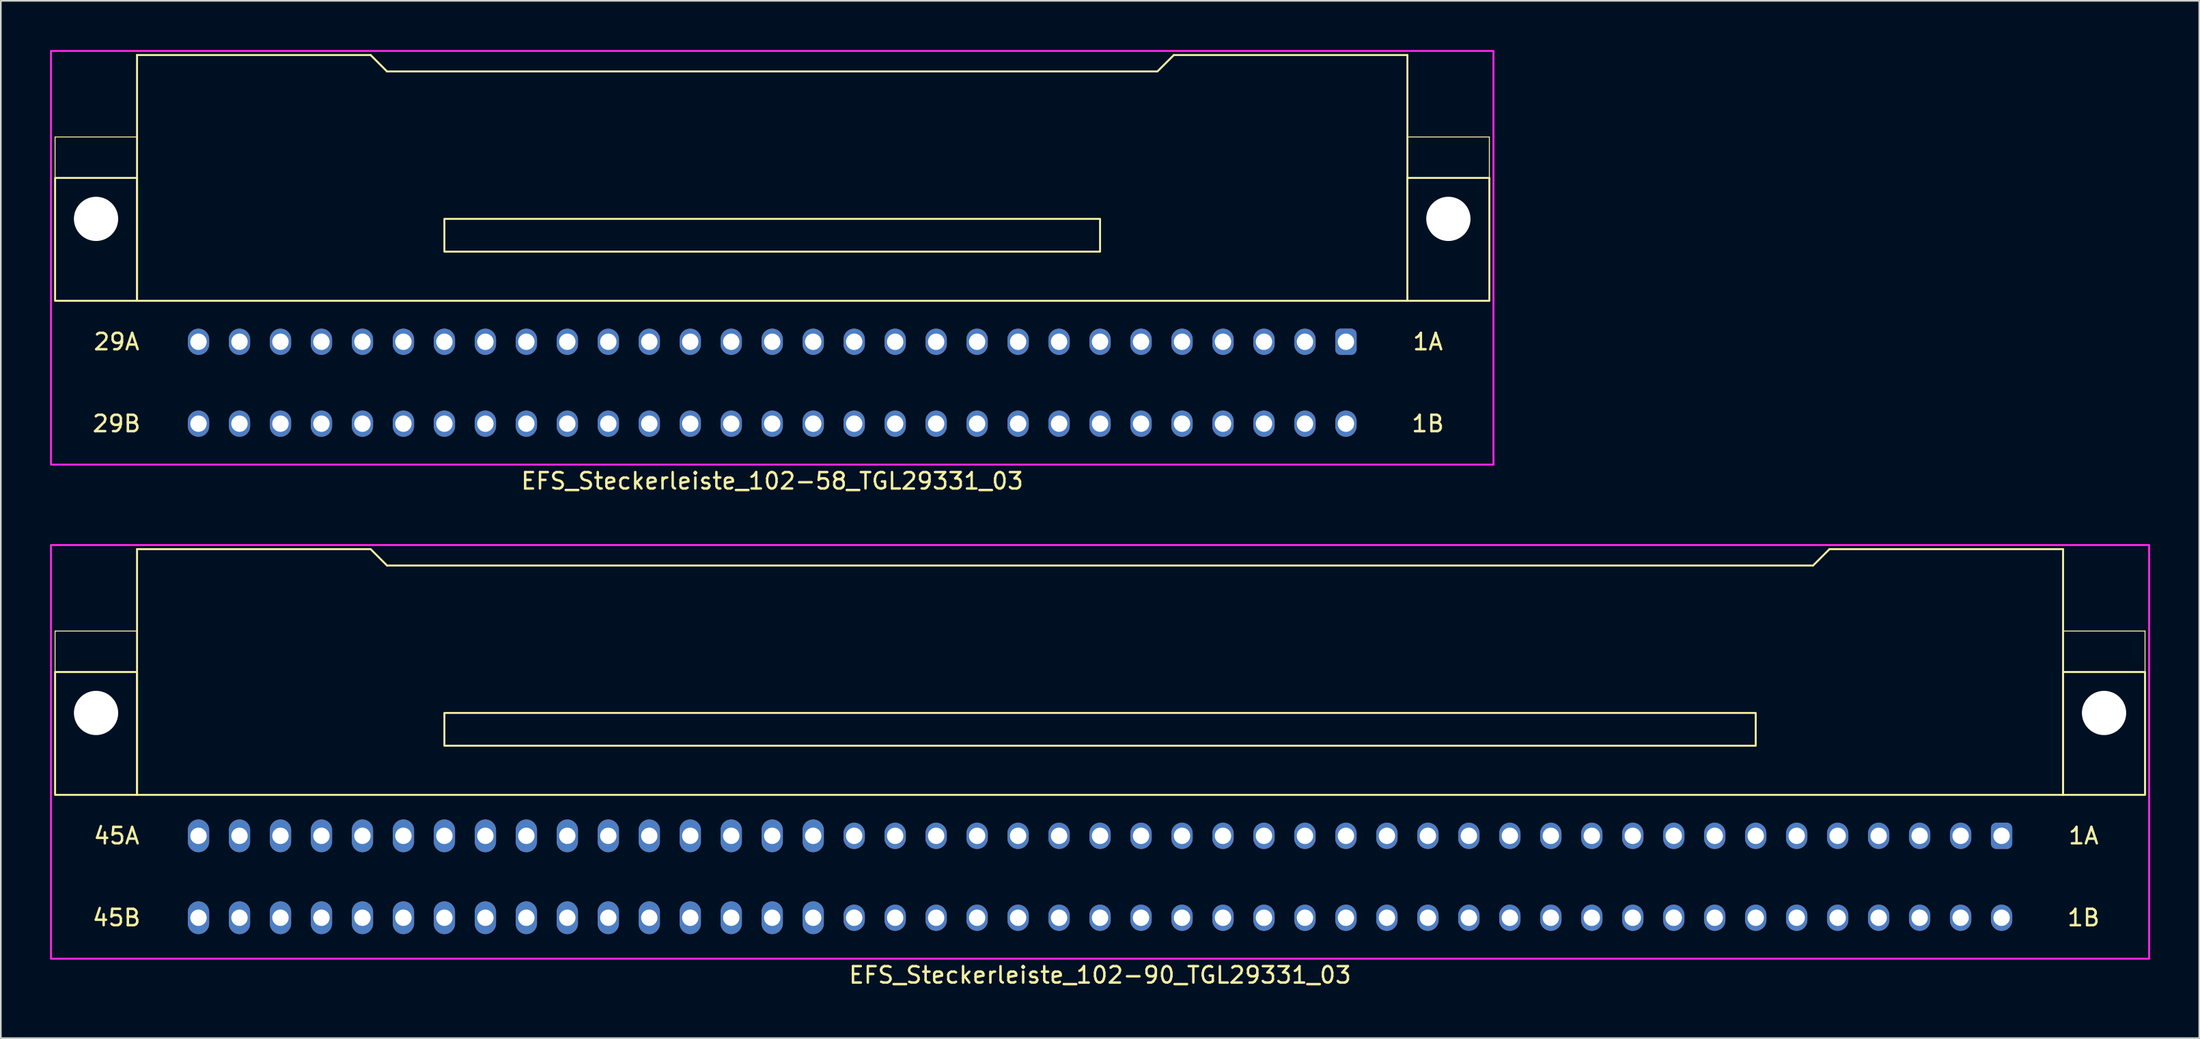
<source format=kicad_pcb>
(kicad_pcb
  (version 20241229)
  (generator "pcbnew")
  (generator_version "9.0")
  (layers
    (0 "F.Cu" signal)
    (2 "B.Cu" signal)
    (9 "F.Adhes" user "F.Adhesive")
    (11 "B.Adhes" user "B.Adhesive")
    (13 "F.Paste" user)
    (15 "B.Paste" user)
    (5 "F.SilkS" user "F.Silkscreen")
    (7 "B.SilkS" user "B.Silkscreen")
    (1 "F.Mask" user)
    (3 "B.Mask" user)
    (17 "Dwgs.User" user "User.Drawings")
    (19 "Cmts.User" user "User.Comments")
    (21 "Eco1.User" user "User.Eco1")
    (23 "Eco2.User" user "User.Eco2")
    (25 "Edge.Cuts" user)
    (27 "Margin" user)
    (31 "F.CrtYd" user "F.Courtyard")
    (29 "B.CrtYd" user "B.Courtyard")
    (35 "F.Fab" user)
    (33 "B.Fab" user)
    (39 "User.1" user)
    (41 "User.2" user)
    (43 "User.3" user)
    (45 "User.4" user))
  (footprint "EFS_Steckerleiste_102-90_TGL29331_03"
    (layer "F.Cu")
    (at 64.06 35.468)
    (property "Reference" "EFS_Steckerleiste_102-90_TGL29331_03" (at 0 21 180) (layer "F.SilkS") (effects (font (size 1 1) (thickness 0.15))))
    (attr through_hole)
    (fp_line (start -63.75 0) (end -63.75 2.5) (stroke (width 0.06) (type solid)) (layer "F.SilkS"))
    (fp_line (start -58.75 -5) (end -58.75 10) (stroke (width 0.12) (type solid)) (layer "F.SilkS"))
    (fp_line (start -58.75 -5) (end -44.5 -5) (stroke (width 0.12) (type solid)) (layer "F.SilkS"))
    (fp_line (start -58.75 0) (end -63.75 0) (stroke (width 0.06) (type solid)) (layer "F.SilkS"))
    (fp_line (start -58.75 10) (end 58.75 10) (stroke (width 0.12) (type solid)) (layer "F.SilkS"))
    (fp_line (start -44.5 -5) (end -43.5 -4) (stroke (width 0.12) (type solid)) (layer "F.SilkS"))
    (fp_line (start -43.5 -4) (end 43.5 -4) (stroke (width 0.12) (type solid)) (layer "F.SilkS"))
    (fp_line (start 44.5 -5) (end 43.5 -4) (stroke (width 0.12) (type solid)) (layer "F.SilkS"))
    (fp_line (start 58.75 -5) (end 44.5 -5) (stroke (width 0.12) (type solid)) (layer "F.SilkS"))
    (fp_line (start 58.75 10) (end 58.75 -5) (stroke (width 0.12) (type solid)) (layer "F.SilkS"))
    (fp_line (start 63.75 0) (end 58.75 0) (stroke (width 0.06) (type solid)) (layer "F.SilkS"))
    (fp_line (start 63.75 0) (end 63.75 2.5) (stroke (width 0.06) (type solid)) (layer "F.SilkS"))
    (fp_rect (start -58.75 10) (end -63.75 2.5) (stroke (width 0.12) (type solid)) (fill no) (layer "F.SilkS"))
    (fp_rect (start -40 7) (end 40 5) (stroke (width 0.12) (type solid)) (fill no) (layer "F.SilkS"))
    (fp_rect (start 63.75 10) (end 58.75 2.5) (stroke (width 0.12) (type solid)) (fill no) (layer "F.SilkS"))
    (fp_rect (start -64 -5.25) (end 64 20) (stroke (width 0.12) (type solid)) (fill no) (layer "F.CrtYd"))
    (fp_text user "1A" (at 60 12.5 0) (layer "F.SilkS") (effects (font (size 1 1) (thickness 0.15))))
    (fp_text user "1B" (at 60 17.5 0) (layer "F.SilkS") (effects (font (size 1 1) (thickness 0.15))))
    (fp_text user "45A" (at -60 12.5 0) (layer "F.SilkS") (effects (font (size 1 1) (thickness 0.15))))
    (fp_text user "45B" (at -60 17.5 0) (layer "F.SilkS") (effects (font (size 1 1) (thickness 0.15))))
    (pad "" np_thru_hole circle (at -61.25 5) (size 2.7 2.7) (drill 2.7) (layers "*.Cu" "*.Mask"))
    (pad "" np_thru_hole circle (at 61.25 5) (size 2.7 2.7) (drill 2.7) (layers "*.Cu" "*.Mask"))
    (pad "1a" thru_hole roundrect (at 55 12.5) (size 1.3 1.6) (drill 1) (layers "*.Cu" "*.Mask") (roundrect_rratio 0.25))
    (pad "1b" thru_hole oval (at 55 17.5) (size 1.3 1.6) (drill 1) (layers "*.Cu" "*.Mask"))
    (pad "2a" thru_hole oval (at 52.5 12.5) (size 1.3 1.6) (drill 1) (layers "*.Cu" "*.Mask"))
    (pad "2b" thru_hole oval (at 52.5 17.5) (size 1.3 1.6) (drill 1) (layers "*.Cu" "*.Mask"))
    (pad "3a" thru_hole oval (at 50 12.5) (size 1.3 1.6) (drill 1) (layers "*.Cu" "*.Mask"))
    (pad "3b" thru_hole oval (at 50 17.5) (size 1.3 1.6) (drill 1) (layers "*.Cu" "*.Mask"))
    (pad "4a" thru_hole oval (at 47.5 12.5) (size 1.3 1.6) (drill 1) (layers "*.Cu" "*.Mask"))
    (pad "4b" thru_hole oval (at 47.5 17.5) (size 1.3 1.6) (drill 1) (layers "*.Cu" "*.Mask"))
    (pad "5a" thru_hole oval (at 45 12.5) (size 1.3 1.6) (drill 1) (layers "*.Cu" "*.Mask"))
    (pad "5b" thru_hole oval (at 45 17.5) (size 1.3 1.6) (drill 1) (layers "*.Cu" "*.Mask"))
    (pad "6a" thru_hole oval (at 42.5 12.5) (size 1.3 1.6) (drill 1) (layers "*.Cu" "*.Mask"))
    (pad "6b" thru_hole oval (at 42.5 17.5) (size 1.3 1.6) (drill 1) (layers "*.Cu" "*.Mask"))
    (pad "7a" thru_hole oval (at 40 12.5) (size 1.3 1.6) (drill 1) (layers "*.Cu" "*.Mask"))
    (pad "7b" thru_hole oval (at 40 17.5) (size 1.3 1.6) (drill 1) (layers "*.Cu" "*.Mask"))
    (pad "8a" thru_hole oval (at 37.5 12.5) (size 1.3 1.6) (drill 1) (layers "*.Cu" "*.Mask"))
    (pad "8b" thru_hole oval (at 37.5 17.5) (size 1.3 1.6) (drill 1) (layers "*.Cu" "*.Mask"))
    (pad "9a" thru_hole oval (at 35 12.5) (size 1.3 1.6) (drill 1) (layers "*.Cu" "*.Mask"))
    (pad "9b" thru_hole oval (at 35 17.5) (size 1.3 1.6) (drill 1) (layers "*.Cu" "*.Mask"))
    (pad "10a" thru_hole oval (at 32.5 12.5) (size 1.3 1.6) (drill 1) (layers "*.Cu" "*.Mask"))
    (pad "10b" thru_hole oval (at 32.5 17.5) (size 1.3 1.6) (drill 1) (layers "*.Cu" "*.Mask"))
    (pad "11a" thru_hole oval (at 30 12.5) (size 1.3 1.6) (drill 1) (layers "*.Cu" "*.Mask"))
    (pad "11b" thru_hole oval (at 30 17.5) (size 1.3 1.6) (drill 1) (layers "*.Cu" "*.Mask"))
    (pad "12a" thru_hole oval (at 27.5 12.5) (size 1.3 1.6) (drill 1) (layers "*.Cu" "*.Mask"))
    (pad "12b" thru_hole oval (at 27.5 17.5) (size 1.3 1.6) (drill 1) (layers "*.Cu" "*.Mask"))
    (pad "13a" thru_hole oval (at 25 12.5) (size 1.3 1.6) (drill 1) (layers "*.Cu" "*.Mask"))
    (pad "13b" thru_hole oval (at 25 17.5) (size 1.3 1.6) (drill 1) (layers "*.Cu" "*.Mask"))
    (pad "14a" thru_hole oval (at 22.5 12.5) (size 1.3 1.6) (drill 1) (layers "*.Cu" "*.Mask"))
    (pad "14b" thru_hole oval (at 22.5 17.5) (size 1.3 1.6) (drill 1) (layers "*.Cu" "*.Mask"))
    (pad "15a" thru_hole oval (at 20 12.5) (size 1.3 1.6) (drill 1) (layers "*.Cu" "*.Mask"))
    (pad "15b" thru_hole oval (at 20 17.5) (size 1.3 1.6) (drill 1) (layers "*.Cu" "*.Mask"))
    (pad "16a" thru_hole oval (at 17.5 12.5) (size 1.3 1.6) (drill 1) (layers "*.Cu" "*.Mask"))
    (pad "16b" thru_hole oval (at 17.5 17.5) (size 1.3 1.6) (drill 1) (layers "*.Cu" "*.Mask"))
    (pad "17a" thru_hole oval (at 15 12.5) (size 1.3 1.6) (drill 1) (layers "*.Cu" "*.Mask"))
    (pad "17b" thru_hole oval (at 15 17.5) (size 1.3 1.6) (drill 1) (layers "*.Cu" "*.Mask"))
    (pad "18a" thru_hole oval (at 12.5 12.5) (size 1.3 1.6) (drill 1) (layers "*.Cu" "*.Mask"))
    (pad "18b" thru_hole oval (at 12.5 17.5) (size 1.3 1.6) (drill 1) (layers "*.Cu" "*.Mask"))
    (pad "19a" thru_hole oval (at 10 12.5) (size 1.3 1.6) (drill 1) (layers "*.Cu" "*.Mask"))
    (pad "19b" thru_hole oval (at 10 17.5) (size 1.3 1.6) (drill 1) (layers "*.Cu" "*.Mask"))
    (pad "20a" thru_hole oval (at 7.5 12.5) (size 1.3 1.6) (drill 1) (layers "*.Cu" "*.Mask"))
    (pad "20b" thru_hole oval (at 7.5 17.5) (size 1.3 1.6) (drill 1) (layers "*.Cu" "*.Mask"))
    (pad "21a" thru_hole oval (at 5 12.5) (size 1.3 1.6) (drill 1) (layers "*.Cu" "*.Mask"))
    (pad "21b" thru_hole oval (at 5 17.5) (size 1.3 1.6) (drill 1) (layers "*.Cu" "*.Mask"))
    (pad "22a" thru_hole oval (at 2.5 12.5) (size 1.3 1.6) (drill 1) (layers "*.Cu" "*.Mask"))
    (pad "22b" thru_hole oval (at 2.5 17.5) (size 1.3 1.6) (drill 1) (layers "*.Cu" "*.Mask"))
    (pad "23a" thru_hole oval (at 0 12.5) (size 1.3 1.6) (drill 1) (layers "*.Cu" "*.Mask"))
    (pad "23b" thru_hole oval (at 0 17.5) (size 1.3 1.6) (drill 1) (layers "*.Cu" "*.Mask"))
    (pad "24a" thru_hole oval (at -2.5 12.5) (size 1.3 1.6) (drill 1) (layers "*.Cu" "*.Mask"))
    (pad "24b" thru_hole oval (at -2.5 17.5) (size 1.3 1.6) (drill 1) (layers "*.Cu" "*.Mask"))
    (pad "25a" thru_hole oval (at -5 12.5) (size 1.3 1.6) (drill 1) (layers "*.Cu" "*.Mask"))
    (pad "25b" thru_hole oval (at -5 17.5) (size 1.3 1.6) (drill 1) (layers "*.Cu" "*.Mask"))
    (pad "26a" thru_hole oval (at -7.5 12.5) (size 1.3 1.6) (drill 1) (layers "*.Cu" "*.Mask"))
    (pad "26b" thru_hole oval (at -7.5 17.5) (size 1.3 1.6) (drill 1) (layers "*.Cu" "*.Mask"))
    (pad "27a" thru_hole oval (at -10 12.5) (size 1.3 1.6) (drill 1) (layers "*.Cu" "*.Mask"))
    (pad "27b" thru_hole oval (at -10 17.5) (size 1.3 1.6) (drill 1) (layers "*.Cu" "*.Mask"))
    (pad "28a" thru_hole oval (at -12.5 12.5) (size 1.3 1.6) (drill 1) (layers "*.Cu" "*.Mask"))
    (pad "28b" thru_hole oval (at -12.5 17.5) (size 1.3 1.6) (drill 1) (layers "*.Cu" "*.Mask"))
    (pad "29a" thru_hole oval (at -15 12.5) (size 1.3 1.6) (drill 1) (layers "*.Cu" "*.Mask"))
    (pad "29b" thru_hole oval (at -15 17.5) (size 1.3 1.6) (drill 1) (layers "*.Cu" "*.Mask"))
    (pad "30a" thru_hole oval (at -17.5 12.5) (size 1.3 2) (drill 1) (layers "*.Cu" "*.Mask"))
    (pad "30b" thru_hole oval (at -17.5 17.5) (size 1.3 2) (drill 1) (layers "*.Cu" "*.Mask"))
    (pad "31a" thru_hole oval (at -20 12.5) (size 1.3 2) (drill 1) (layers "*.Cu" "*.Mask"))
    (pad "31b" thru_hole oval (at -20 17.5) (size 1.3 2) (drill 1) (layers "*.Cu" "*.Mask"))
    (pad "32a" thru_hole oval (at -22.5 12.5) (size 1.3 2) (drill 1) (layers "*.Cu" "*.Mask"))
    (pad "32b" thru_hole oval (at -22.5 17.5) (size 1.3 2) (drill 1) (layers "*.Cu" "*.Mask"))
    (pad "33a" thru_hole oval (at -25 12.5) (size 1.3 2) (drill 1) (layers "*.Cu" "*.Mask"))
    (pad "33b" thru_hole oval (at -25 17.5) (size 1.3 2) (drill 1) (layers "*.Cu" "*.Mask"))
    (pad "34a" thru_hole oval (at -27.5 12.5) (size 1.3 2) (drill 1) (layers "*.Cu" "*.Mask"))
    (pad "34b" thru_hole oval (at -27.5 17.5) (size 1.3 2) (drill 1) (layers "*.Cu" "*.Mask"))
    (pad "35a" thru_hole oval (at -30 12.5) (size 1.3 2) (drill 1) (layers "*.Cu" "*.Mask"))
    (pad "35b" thru_hole oval (at -30 17.5) (size 1.3 2) (drill 1) (layers "*.Cu" "*.Mask"))
    (pad "36a" thru_hole oval (at -32.5 12.5) (size 1.3 2) (drill 1) (layers "*.Cu" "*.Mask"))
    (pad "36b" thru_hole oval (at -32.5 17.5) (size 1.3 2) (drill 1) (layers "*.Cu" "*.Mask"))
    (pad "37a" thru_hole oval (at -35 12.5) (size 1.3 2) (drill 1) (layers "*.Cu" "*.Mask"))
    (pad "37b" thru_hole oval (at -35 17.5) (size 1.3 2) (drill 1) (layers "*.Cu" "*.Mask"))
    (pad "38a" thru_hole oval (at -37.5 12.5) (size 1.3 2) (drill 1) (layers "*.Cu" "*.Mask"))
    (pad "38b" thru_hole oval (at -37.5 17.5) (size 1.3 2) (drill 1) (layers "*.Cu" "*.Mask"))
    (pad "39a" thru_hole oval (at -40 12.5) (size 1.3 2) (drill 1) (layers "*.Cu" "*.Mask"))
    (pad "39b" thru_hole oval (at -40 17.5) (size 1.3 2) (drill 1) (layers "*.Cu" "*.Mask"))
    (pad "40a" thru_hole oval (at -42.5 12.5) (size 1.3 2) (drill 1) (layers "*.Cu" "*.Mask"))
    (pad "40b" thru_hole oval (at -42.5 17.5) (size 1.3 2) (drill 1) (layers "*.Cu" "*.Mask"))
    (pad "41a" thru_hole oval (at -45 12.5) (size 1.3 2) (drill 1) (layers "*.Cu" "*.Mask"))
    (pad "41b" thru_hole oval (at -45 17.5) (size 1.3 2) (drill 1) (layers "*.Cu" "*.Mask"))
    (pad "42a" thru_hole oval (at -47.5 12.5) (size 1.3 2) (drill 1) (layers "*.Cu" "*.Mask"))
    (pad "42b" thru_hole oval (at -47.5 17.5) (size 1.3 2) (drill 1) (layers "*.Cu" "*.Mask"))
    (pad "43a" thru_hole oval (at -50 12.5) (size 1.3 2) (drill 1) (layers "*.Cu" "*.Mask"))
    (pad "43b" thru_hole oval (at -50 17.5) (size 1.3 2) (drill 1) (layers "*.Cu" "*.Mask"))
    (pad "44a" thru_hole oval (at -52.5 12.5) (size 1.3 2) (drill 1) (layers "*.Cu" "*.Mask"))
    (pad "44b" thru_hole oval (at -52.5 17.5) (size 1.3 2) (drill 1) (layers "*.Cu" "*.Mask"))
    (pad "45a" thru_hole oval (at -55 12.5) (size 1.3 2) (drill 1) (layers "*.Cu" "*.Mask"))
    (pad "45b" thru_hole oval (at -55 17.5) (size 1.3 2) (drill 1) (layers "*.Cu" "*.Mask")))
  (footprint "EFS_Steckerleiste_102-58_TGL29331_03"
    (layer "F.Cu")
    (at 44.06 5.31)
    (property "Reference" "EFS_Steckerleiste_102-58_TGL29331_03" (at 0 21 180) (layer "F.SilkS") (effects (font (size 1 1) (thickness 0.15))))
    (attr through_hole)
    (fp_line (start -43.75 0) (end -43.75 2.5) (stroke (width 0.06) (type solid)) (layer "F.SilkS"))
    (fp_line (start -38.75 -5) (end -38.75 10) (stroke (width 0.12) (type solid)) (layer "F.SilkS"))
    (fp_line (start -38.75 -5) (end -24.5 -5) (stroke (width 0.12) (type solid)) (layer "F.SilkS"))
    (fp_line (start -38.75 0) (end -43.75 0) (stroke (width 0.06) (type solid)) (layer "F.SilkS"))
    (fp_line (start -38.75 10) (end 38.75 10) (stroke (width 0.12) (type solid)) (layer "F.SilkS"))
    (fp_line (start -24.5 -5) (end -23.5 -4) (stroke (width 0.12) (type solid)) (layer "F.SilkS"))
    (fp_line (start -23.5 -4) (end 23.5 -4) (stroke (width 0.12) (type solid)) (layer "F.SilkS"))
    (fp_line (start 24.5 -5) (end 23.5 -4) (stroke (width 0.12) (type solid)) (layer "F.SilkS"))
    (fp_line (start 38.75 -5) (end 24.5 -5) (stroke (width 0.12) (type solid)) (layer "F.SilkS"))
    (fp_line (start 38.75 10) (end 38.75 -5) (stroke (width 0.12) (type solid)) (layer "F.SilkS"))
    (fp_line (start 43.75 0) (end 38.75 0) (stroke (width 0.06) (type solid)) (layer "F.SilkS"))
    (fp_line (start 43.75 0) (end 43.75 2.5) (stroke (width 0.06) (type solid)) (layer "F.SilkS"))
    (fp_rect (start -38.75 10) (end -43.75 2.5) (stroke (width 0.12) (type solid)) (fill no) (layer "F.SilkS"))
    (fp_rect (start -20 7) (end 20 5) (stroke (width 0.12) (type solid)) (fill no) (layer "F.SilkS"))
    (fp_rect (start 43.75 10) (end 38.75 2.5) (stroke (width 0.12) (type solid)) (fill no) (layer "F.SilkS"))
    (fp_rect (start -44 -5.25) (end 44 20) (stroke (width 0.12) (type solid)) (fill no) (layer "F.CrtYd"))
    (fp_text user "29A" (at -40 12.5 0) (layer "F.SilkS") (effects (font (size 1 1) (thickness 0.15))))
    (fp_text user "1A" (at 40 12.5 0) (layer "F.SilkS") (effects (font (size 1 1) (thickness 0.15))))
    (fp_text user "1B" (at 40 17.5 0) (layer "F.SilkS") (effects (font (size 1 1) (thickness 0.15))))
    (fp_text user "29B" (at -40 17.5 0) (layer "F.SilkS") (effects (font (size 1 1) (thickness 0.15))))
    (pad "" np_thru_hole circle (at -41.25 5) (size 2.7 2.7) (drill 2.7) (layers "*.Cu" "*.Mask"))
    (pad "" np_thru_hole circle (at 41.25 5) (size 2.7 2.7) (drill 2.7) (layers "*.Cu" "*.Mask"))
    (pad "1a" thru_hole roundrect (at 35 12.5) (size 1.3 1.6) (drill 1) (layers "*.Cu" "*.Mask") (roundrect_rratio 0.25))
    (pad "1b" thru_hole oval (at 35 17.5) (size 1.3 1.6) (drill 1) (layers "*.Cu" "*.Mask"))
    (pad "2a" thru_hole oval (at 32.5 12.5) (size 1.3 1.6) (drill 1) (layers "*.Cu" "*.Mask"))
    (pad "2b" thru_hole oval (at 32.5 17.5) (size 1.3 1.6) (drill 1) (layers "*.Cu" "*.Mask"))
    (pad "3a" thru_hole oval (at 30 12.5) (size 1.3 1.6) (drill 1) (layers "*.Cu" "*.Mask"))
    (pad "3b" thru_hole oval (at 30 17.5) (size 1.3 1.6) (drill 1) (layers "*.Cu" "*.Mask"))
    (pad "4a" thru_hole oval (at 27.5 12.5) (size 1.3 1.6) (drill 1) (layers "*.Cu" "*.Mask"))
    (pad "4b" thru_hole oval (at 27.5 17.5) (size 1.3 1.6) (drill 1) (layers "*.Cu" "*.Mask"))
    (pad "5a" thru_hole oval (at 25 12.5) (size 1.3 1.6) (drill 1) (layers "*.Cu" "*.Mask"))
    (pad "5b" thru_hole oval (at 25 17.5) (size 1.3 1.6) (drill 1) (layers "*.Cu" "*.Mask"))
    (pad "6a" thru_hole oval (at 22.5 12.5) (size 1.3 1.6) (drill 1) (layers "*.Cu" "*.Mask"))
    (pad "6b" thru_hole oval (at 22.5 17.5) (size 1.3 1.6) (drill 1) (layers "*.Cu" "*.Mask"))
    (pad "7a" thru_hole oval (at 20 12.5) (size 1.3 1.6) (drill 1) (layers "*.Cu" "*.Mask"))
    (pad "7b" thru_hole oval (at 20 17.5) (size 1.3 1.6) (drill 1) (layers "*.Cu" "*.Mask"))
    (pad "8a" thru_hole oval (at 17.5 12.5) (size 1.3 1.6) (drill 1) (layers "*.Cu" "*.Mask"))
    (pad "8b" thru_hole oval (at 17.5 17.5) (size 1.3 1.6) (drill 1) (layers "*.Cu" "*.Mask"))
    (pad "9a" thru_hole oval (at 15 12.5) (size 1.3 1.6) (drill 1) (layers "*.Cu" "*.Mask"))
    (pad "9b" thru_hole oval (at 15 17.5) (size 1.3 1.6) (drill 1) (layers "*.Cu" "*.Mask"))
    (pad "10a" thru_hole oval (at 12.5 12.5) (size 1.3 1.6) (drill 1) (layers "*.Cu" "*.Mask"))
    (pad "10b" thru_hole oval (at 12.5 17.5) (size 1.3 1.6) (drill 1) (layers "*.Cu" "*.Mask"))
    (pad "11a" thru_hole oval (at 10 12.5) (size 1.3 1.6) (drill 1) (layers "*.Cu" "*.Mask"))
    (pad "11b" thru_hole oval (at 10 17.5) (size 1.3 1.6) (drill 1) (layers "*.Cu" "*.Mask"))
    (pad "12a" thru_hole oval (at 7.5 12.5) (size 1.3 1.6) (drill 1) (layers "*.Cu" "*.Mask"))
    (pad "12b" thru_hole oval (at 7.5 17.5) (size 1.3 1.6) (drill 1) (layers "*.Cu" "*.Mask"))
    (pad "13a" thru_hole oval (at 5 12.5) (size 1.3 1.6) (drill 1) (layers "*.Cu" "*.Mask"))
    (pad "13b" thru_hole oval (at 5 17.5) (size 1.3 1.6) (drill 1) (layers "*.Cu" "*.Mask"))
    (pad "14a" thru_hole oval (at 2.5 12.5) (size 1.3 1.6) (drill 1) (layers "*.Cu" "*.Mask"))
    (pad "14b" thru_hole oval (at 2.5 17.5) (size 1.3 1.6) (drill 1) (layers "*.Cu" "*.Mask"))
    (pad "15a" thru_hole oval (at 0 12.5) (size 1.3 1.6) (drill 1) (layers "*.Cu" "*.Mask"))
    (pad "15b" thru_hole oval (at 0 17.5) (size 1.3 1.6) (drill 1) (layers "*.Cu" "*.Mask"))
    (pad "16a" thru_hole oval (at -2.5 12.5) (size 1.3 1.6) (drill 1) (layers "*.Cu" "*.Mask"))
    (pad "16b" thru_hole oval (at -2.5 17.5) (size 1.3 1.6) (drill 1) (layers "*.Cu" "*.Mask"))
    (pad "17a" thru_hole oval (at -5 12.5) (size 1.3 1.6) (drill 1) (layers "*.Cu" "*.Mask"))
    (pad "17b" thru_hole oval (at -5 17.5) (size 1.3 1.6) (drill 1) (layers "*.Cu" "*.Mask"))
    (pad "18a" thru_hole oval (at -7.5 12.5) (size 1.3 1.6) (drill 1) (layers "*.Cu" "*.Mask"))
    (pad "18b" thru_hole oval (at -7.5 17.5) (size 1.3 1.6) (drill 1) (layers "*.Cu" "*.Mask"))
    (pad "19a" thru_hole oval (at -10 12.5) (size 1.3 1.6) (drill 1) (layers "*.Cu" "*.Mask"))
    (pad "19b" thru_hole oval (at -10 17.5) (size 1.3 1.6) (drill 1) (layers "*.Cu" "*.Mask"))
    (pad "20a" thru_hole oval (at -12.5 12.5) (size 1.3 1.6) (drill 1) (layers "*.Cu" "*.Mask"))
    (pad "20b" thru_hole oval (at -12.5 17.5) (size 1.3 1.6) (drill 1) (layers "*.Cu" "*.Mask"))
    (pad "21a" thru_hole oval (at -15 12.5) (size 1.3 1.6) (drill 1) (layers "*.Cu" "*.Mask"))
    (pad "21b" thru_hole oval (at -15 17.5) (size 1.3 1.6) (drill 1) (layers "*.Cu" "*.Mask"))
    (pad "22a" thru_hole oval (at -17.5 12.5) (size 1.3 1.6) (drill 1) (layers "*.Cu" "*.Mask"))
    (pad "22b" thru_hole oval (at -17.5 17.5) (size 1.3 1.6) (drill 1) (layers "*.Cu" "*.Mask"))
    (pad "23a" thru_hole oval (at -20 12.5) (size 1.3 1.6) (drill 1) (layers "*.Cu" "*.Mask"))
    (pad "23b" thru_hole oval (at -20 17.5) (size 1.3 1.6) (drill 1) (layers "*.Cu" "*.Mask"))
    (pad "24a" thru_hole oval (at -22.5 12.5) (size 1.3 1.6) (drill 1) (layers "*.Cu" "*.Mask"))
    (pad "24b" thru_hole oval (at -22.5 17.5) (size 1.3 1.6) (drill 1) (layers "*.Cu" "*.Mask"))
    (pad "25a" thru_hole oval (at -25 12.5) (size 1.3 1.6) (drill 1) (layers "*.Cu" "*.Mask"))
    (pad "25b" thru_hole oval (at -25 17.5) (size 1.3 1.6) (drill 1) (layers "*.Cu" "*.Mask"))
    (pad "26a" thru_hole oval (at -27.5 12.5) (size 1.3 1.6) (drill 1) (layers "*.Cu" "*.Mask"))
    (pad "26b" thru_hole oval (at -27.5 17.5) (size 1.3 1.6) (drill 1) (layers "*.Cu" "*.Mask"))
    (pad "27a" thru_hole oval (at -30 12.5) (size 1.3 1.6) (drill 1) (layers "*.Cu" "*.Mask"))
    (pad "27b" thru_hole oval (at -30 17.5) (size 1.3 1.6) (drill 1) (layers "*.Cu" "*.Mask"))
    (pad "28a" thru_hole oval (at -32.5 12.5) (size 1.3 1.6) (drill 1) (layers "*.Cu" "*.Mask"))
    (pad "28b" thru_hole oval (at -32.5 17.5) (size 1.3 1.6) (drill 1) (layers "*.Cu" "*.Mask"))
    (pad "29a" thru_hole oval (at -35 12.5) (size 1.3 1.6) (drill 1) (layers "*.Cu" "*.Mask"))
    (pad "29b" thru_hole oval (at -35 17.5) (size 1.3 1.6) (drill 1) (layers "*.Cu" "*.Mask")))
  (gr_rect
    (start -3 -3)
    (end 131.12 60.316)
    (stroke (width 0.1) (type default))
    (fill no)
    (layer "Edge.Cuts")))
</source>
